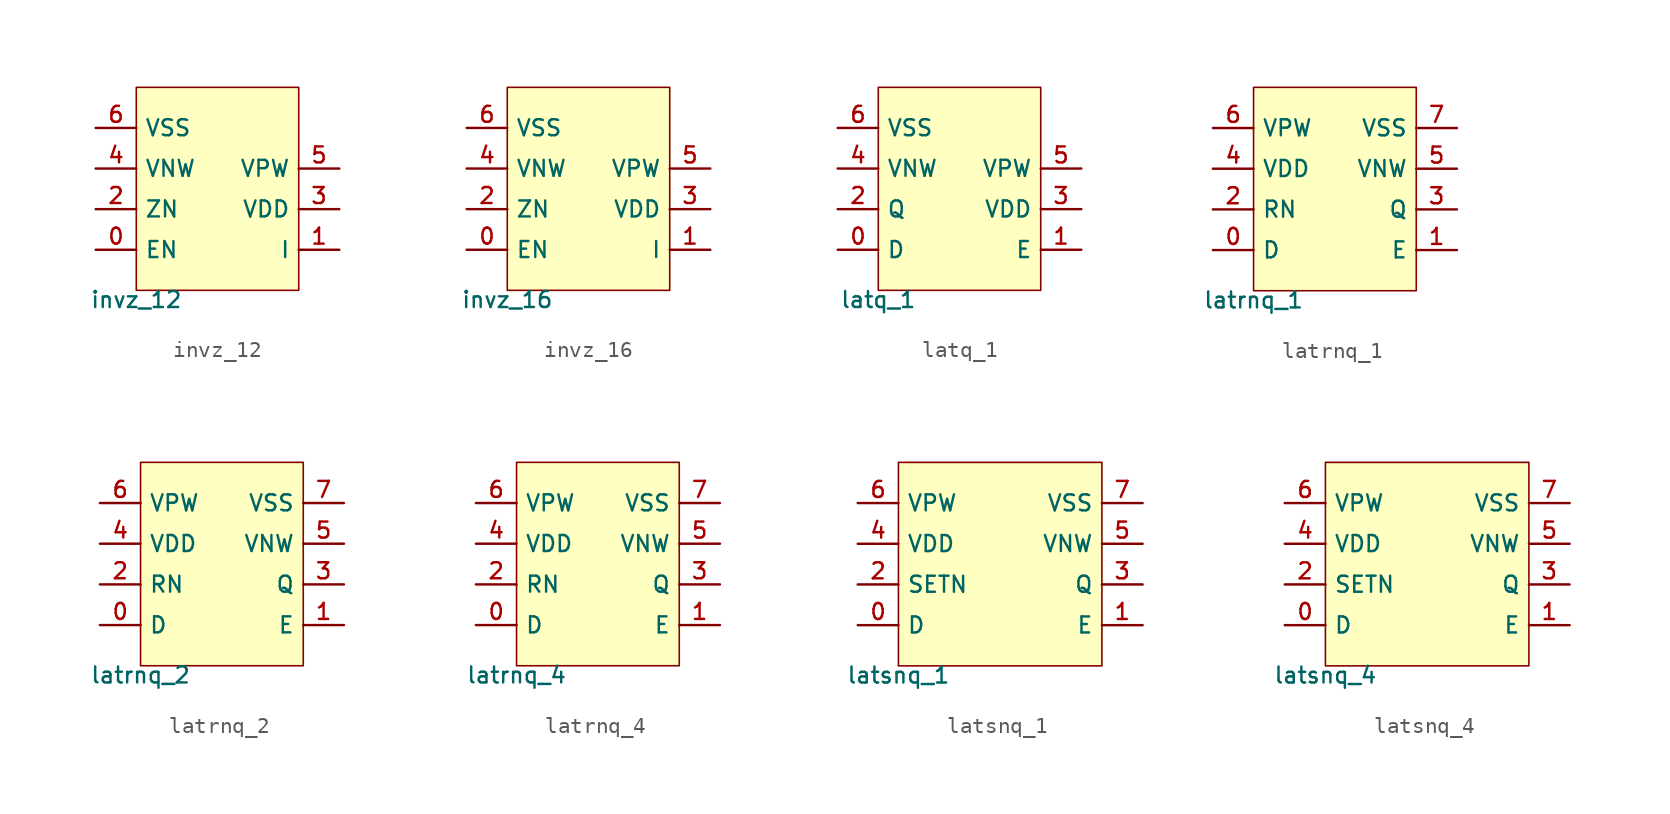
<source format=kicad_sym>
(kicad_symbol_lib
  (version 20211014)
  (generator pdk2kicad)
  (symbol "invz_12"
    (property "Reference" "X"
      (at 0 0 0)
      (effects (font (size 1 1)) hide))
    (property "Value" "invz_12"
      (at -5.08 -6.35 0)
      (effects (font (size 1 1)) (justify top)))
    (rectangle
      (start -5.08 -6.35)
      (end 5.08 6.35)
      (stroke (width 0.1) (type solid) (color 0 0 0 0))
      (fill (type background)))
    (pin bidirectional line
      (at -7.62 -3.81 0)
      (length 2.54)
      (name "EN" (effects (font (size 1 1)) hide))
      (number "0" (effects (font (size 1 1)) hide)))
    (pin bidirectional line
      (at 7.62 -3.81 180)
      (length 2.54)
      (name "I" (effects (font (size 1 1)) hide))
      (number "1" (effects (font (size 1 1)) hide)))
    (pin bidirectional line
      (at -7.62 -1.27 0)
      (length 2.54)
      (name "ZN" (effects (font (size 1 1)) hide))
      (number "2" (effects (font (size 1 1)) hide)))
    (pin bidirectional line
      (at 7.62 -1.27 180)
      (length 2.54)
      (name "VDD" (effects (font (size 1 1)) hide))
      (number "3" (effects (font (size 1 1)) hide)))
    (pin bidirectional line
      (at -7.62 1.27 0)
      (length 2.54)
      (name "VNW" (effects (font (size 1 1)) hide))
      (number "4" (effects (font (size 1 1)) hide)))
    (pin bidirectional line
      (at 7.62 1.27 180)
      (length 2.54)
      (name "VPW" (effects (font (size 1 1)) hide))
      (number "5" (effects (font (size 1 1)) hide)))
    (pin bidirectional line
      (at -7.62 3.81 0)
      (length 2.54)
      (name "VSS" (effects (font (size 1 1)) hide))
      (number "6" (effects (font (size 1 1)) hide))))
  (symbol "invz_16"
    (property "Reference" "X"
      (at 0 0 0)
      (effects (font (size 1 1)) hide))
    (property "Value" "invz_16"
      (at -5.08 -6.35 0)
      (effects (font (size 1 1)) (justify top)))
    (rectangle
      (start -5.08 -6.35)
      (end 5.08 6.35)
      (stroke (width 0.1) (type solid) (color 0 0 0 0))
      (fill (type background)))
    (pin bidirectional line
      (at -7.62 -3.81 0)
      (length 2.54)
      (name "EN" (effects (font (size 1 1)) hide))
      (number "0" (effects (font (size 1 1)) hide)))
    (pin bidirectional line
      (at 7.62 -3.81 180)
      (length 2.54)
      (name "I" (effects (font (size 1 1)) hide))
      (number "1" (effects (font (size 1 1)) hide)))
    (pin bidirectional line
      (at -7.62 -1.27 0)
      (length 2.54)
      (name "ZN" (effects (font (size 1 1)) hide))
      (number "2" (effects (font (size 1 1)) hide)))
    (pin bidirectional line
      (at 7.62 -1.27 180)
      (length 2.54)
      (name "VDD" (effects (font (size 1 1)) hide))
      (number "3" (effects (font (size 1 1)) hide)))
    (pin bidirectional line
      (at -7.62 1.27 0)
      (length 2.54)
      (name "VNW" (effects (font (size 1 1)) hide))
      (number "4" (effects (font (size 1 1)) hide)))
    (pin bidirectional line
      (at 7.62 1.27 180)
      (length 2.54)
      (name "VPW" (effects (font (size 1 1)) hide))
      (number "5" (effects (font (size 1 1)) hide)))
    (pin bidirectional line
      (at -7.62 3.81 0)
      (length 2.54)
      (name "VSS" (effects (font (size 1 1)) hide))
      (number "6" (effects (font (size 1 1)) hide))))
  (symbol "latq_1"
    (property "Reference" "X"
      (at 0 0 0)
      (effects (font (size 1 1)) hide))
    (property "Value" "latq_1"
      (at -5.08 -6.35 0)
      (effects (font (size 1 1)) (justify top)))
    (rectangle
      (start -5.08 -6.35)
      (end 5.08 6.35)
      (stroke (width 0.1) (type solid) (color 0 0 0 0))
      (fill (type background)))
    (pin bidirectional line
      (at -7.62 -3.81 0)
      (length 2.54)
      (name "D" (effects (font (size 1 1)) hide))
      (number "0" (effects (font (size 1 1)) hide)))
    (pin bidirectional line
      (at 7.62 -3.81 180)
      (length 2.54)
      (name "E" (effects (font (size 1 1)) hide))
      (number "1" (effects (font (size 1 1)) hide)))
    (pin bidirectional line
      (at -7.62 -1.27 0)
      (length 2.54)
      (name "Q" (effects (font (size 1 1)) hide))
      (number "2" (effects (font (size 1 1)) hide)))
    (pin bidirectional line
      (at 7.62 -1.27 180)
      (length 2.54)
      (name "VDD" (effects (font (size 1 1)) hide))
      (number "3" (effects (font (size 1 1)) hide)))
    (pin bidirectional line
      (at -7.62 1.27 0)
      (length 2.54)
      (name "VNW" (effects (font (size 1 1)) hide))
      (number "4" (effects (font (size 1 1)) hide)))
    (pin bidirectional line
      (at 7.62 1.27 180)
      (length 2.54)
      (name "VPW" (effects (font (size 1 1)) hide))
      (number "5" (effects (font (size 1 1)) hide)))
    (pin bidirectional line
      (at -7.62 3.81 0)
      (length 2.54)
      (name "VSS" (effects (font (size 1 1)) hide))
      (number "6" (effects (font (size 1 1)) hide))))
  (symbol "latrnq_1"
    (property "Reference" "X"
      (at 0 0 0)
      (effects (font (size 1 1)) hide))
    (property "Value" "latrnq_1"
      (at -5.08 -6.35 0)
      (effects (font (size 1 1)) (justify top)))
    (rectangle
      (start -5.08 -6.35)
      (end 5.08 6.35)
      (stroke (width 0.1) (type solid) (color 0 0 0 0))
      (fill (type background)))
    (pin bidirectional line
      (at -7.62 -3.81 0)
      (length 2.54)
      (name "D" (effects (font (size 1 1)) hide))
      (number "0" (effects (font (size 1 1)) hide)))
    (pin bidirectional line
      (at 7.62 -3.81 180)
      (length 2.54)
      (name "E" (effects (font (size 1 1)) hide))
      (number "1" (effects (font (size 1 1)) hide)))
    (pin bidirectional line
      (at -7.62 -1.27 0)
      (length 2.54)
      (name "RN" (effects (font (size 1 1)) hide))
      (number "2" (effects (font (size 1 1)) hide)))
    (pin bidirectional line
      (at 7.62 -1.27 180)
      (length 2.54)
      (name "Q" (effects (font (size 1 1)) hide))
      (number "3" (effects (font (size 1 1)) hide)))
    (pin bidirectional line
      (at -7.62 1.27 0)
      (length 2.54)
      (name "VDD" (effects (font (size 1 1)) hide))
      (number "4" (effects (font (size 1 1)) hide)))
    (pin bidirectional line
      (at 7.62 1.27 180)
      (length 2.54)
      (name "VNW" (effects (font (size 1 1)) hide))
      (number "5" (effects (font (size 1 1)) hide)))
    (pin bidirectional line
      (at -7.62 3.81 0)
      (length 2.54)
      (name "VPW" (effects (font (size 1 1)) hide))
      (number "6" (effects (font (size 1 1)) hide)))
    (pin bidirectional line
      (at 7.62 3.81 180)
      (length 2.54)
      (name "VSS" (effects (font (size 1 1)) hide))
      (number "7" (effects (font (size 1 1)) hide))))
  (symbol "latrnq_2"
    (property "Reference" "X"
      (at 0 0 0)
      (effects (font (size 1 1)) hide))
    (property "Value" "latrnq_2"
      (at -5.08 -6.35 0)
      (effects (font (size 1 1)) (justify top)))
    (rectangle
      (start -5.08 -6.35)
      (end 5.08 6.35)
      (stroke (width 0.1) (type solid) (color 0 0 0 0))
      (fill (type background)))
    (pin bidirectional line
      (at -7.62 -3.81 0)
      (length 2.54)
      (name "D" (effects (font (size 1 1)) hide))
      (number "0" (effects (font (size 1 1)) hide)))
    (pin bidirectional line
      (at 7.62 -3.81 180)
      (length 2.54)
      (name "E" (effects (font (size 1 1)) hide))
      (number "1" (effects (font (size 1 1)) hide)))
    (pin bidirectional line
      (at -7.62 -1.27 0)
      (length 2.54)
      (name "RN" (effects (font (size 1 1)) hide))
      (number "2" (effects (font (size 1 1)) hide)))
    (pin bidirectional line
      (at 7.62 -1.27 180)
      (length 2.54)
      (name "Q" (effects (font (size 1 1)) hide))
      (number "3" (effects (font (size 1 1)) hide)))
    (pin bidirectional line
      (at -7.62 1.27 0)
      (length 2.54)
      (name "VDD" (effects (font (size 1 1)) hide))
      (number "4" (effects (font (size 1 1)) hide)))
    (pin bidirectional line
      (at 7.62 1.27 180)
      (length 2.54)
      (name "VNW" (effects (font (size 1 1)) hide))
      (number "5" (effects (font (size 1 1)) hide)))
    (pin bidirectional line
      (at -7.62 3.81 0)
      (length 2.54)
      (name "VPW" (effects (font (size 1 1)) hide))
      (number "6" (effects (font (size 1 1)) hide)))
    (pin bidirectional line
      (at 7.62 3.81 180)
      (length 2.54)
      (name "VSS" (effects (font (size 1 1)) hide))
      (number "7" (effects (font (size 1 1)) hide))))
  (symbol "latrnq_4"
    (property "Reference" "X"
      (at 0 0 0)
      (effects (font (size 1 1)) hide))
    (property "Value" "latrnq_4"
      (at -5.08 -6.35 0)
      (effects (font (size 1 1)) (justify top)))
    (rectangle
      (start -5.08 -6.35)
      (end 5.08 6.35)
      (stroke (width 0.1) (type solid) (color 0 0 0 0))
      (fill (type background)))
    (pin bidirectional line
      (at -7.62 -3.81 0)
      (length 2.54)
      (name "D" (effects (font (size 1 1)) hide))
      (number "0" (effects (font (size 1 1)) hide)))
    (pin bidirectional line
      (at 7.62 -3.81 180)
      (length 2.54)
      (name "E" (effects (font (size 1 1)) hide))
      (number "1" (effects (font (size 1 1)) hide)))
    (pin bidirectional line
      (at -7.62 -1.27 0)
      (length 2.54)
      (name "RN" (effects (font (size 1 1)) hide))
      (number "2" (effects (font (size 1 1)) hide)))
    (pin bidirectional line
      (at 7.62 -1.27 180)
      (length 2.54)
      (name "Q" (effects (font (size 1 1)) hide))
      (number "3" (effects (font (size 1 1)) hide)))
    (pin bidirectional line
      (at -7.62 1.27 0)
      (length 2.54)
      (name "VDD" (effects (font (size 1 1)) hide))
      (number "4" (effects (font (size 1 1)) hide)))
    (pin bidirectional line
      (at 7.62 1.27 180)
      (length 2.54)
      (name "VNW" (effects (font (size 1 1)) hide))
      (number "5" (effects (font (size 1 1)) hide)))
    (pin bidirectional line
      (at -7.62 3.81 0)
      (length 2.54)
      (name "VPW" (effects (font (size 1 1)) hide))
      (number "6" (effects (font (size 1 1)) hide)))
    (pin bidirectional line
      (at 7.62 3.81 180)
      (length 2.54)
      (name "VSS" (effects (font (size 1 1)) hide))
      (number "7" (effects (font (size 1 1)) hide))))
  (symbol "latsnq_1"
    (property "Reference" "X"
      (at 0 0 0)
      (effects (font (size 1 1)) hide))
    (property "Value" "latsnq_1"
      (at -6.35 -6.35 0)
      (effects (font (size 1 1)) (justify top)))
    (rectangle
      (start -6.35 -6.35)
      (end 6.35 6.35)
      (stroke (width 0.1) (type solid) (color 0 0 0 0))
      (fill (type background)))
    (pin bidirectional line
      (at -8.89 -3.81 0)
      (length 2.54)
      (name "D" (effects (font (size 1 1)) hide))
      (number "0" (effects (font (size 1 1)) hide)))
    (pin bidirectional line
      (at 8.89 -3.81 180)
      (length 2.54)
      (name "E" (effects (font (size 1 1)) hide))
      (number "1" (effects (font (size 1 1)) hide)))
    (pin bidirectional line
      (at -8.89 -1.27 0)
      (length 2.54)
      (name "SETN" (effects (font (size 1 1)) hide))
      (number "2" (effects (font (size 1 1)) hide)))
    (pin bidirectional line
      (at 8.89 -1.27 180)
      (length 2.54)
      (name "Q" (effects (font (size 1 1)) hide))
      (number "3" (effects (font (size 1 1)) hide)))
    (pin bidirectional line
      (at -8.89 1.27 0)
      (length 2.54)
      (name "VDD" (effects (font (size 1 1)) hide))
      (number "4" (effects (font (size 1 1)) hide)))
    (pin bidirectional line
      (at 8.89 1.27 180)
      (length 2.54)
      (name "VNW" (effects (font (size 1 1)) hide))
      (number "5" (effects (font (size 1 1)) hide)))
    (pin bidirectional line
      (at -8.89 3.81 0)
      (length 2.54)
      (name "VPW" (effects (font (size 1 1)) hide))
      (number "6" (effects (font (size 1 1)) hide)))
    (pin bidirectional line
      (at 8.89 3.81 180)
      (length 2.54)
      (name "VSS" (effects (font (size 1 1)) hide))
      (number "7" (effects (font (size 1 1)) hide))))
  (symbol "latsnq_4"
    (property "Reference" "X"
      (at 0 0 0)
      (effects (font (size 1 1)) hide))
    (property "Value" "latsnq_4"
      (at -6.35 -6.35 0)
      (effects (font (size 1 1)) (justify top)))
    (rectangle
      (start -6.35 -6.35)
      (end 6.35 6.35)
      (stroke (width 0.1) (type solid) (color 0 0 0 0))
      (fill (type background)))
    (pin bidirectional line
      (at -8.89 -3.81 0)
      (length 2.54)
      (name "D" (effects (font (size 1 1)) hide))
      (number "0" (effects (font (size 1 1)) hide)))
    (pin bidirectional line
      (at 8.89 -3.81 180)
      (length 2.54)
      (name "E" (effects (font (size 1 1)) hide))
      (number "1" (effects (font (size 1 1)) hide)))
    (pin bidirectional line
      (at -8.89 -1.27 0)
      (length 2.54)
      (name "SETN" (effects (font (size 1 1)) hide))
      (number "2" (effects (font (size 1 1)) hide)))
    (pin bidirectional line
      (at 8.89 -1.27 180)
      (length 2.54)
      (name "Q" (effects (font (size 1 1)) hide))
      (number "3" (effects (font (size 1 1)) hide)))
    (pin bidirectional line
      (at -8.89 1.27 0)
      (length 2.54)
      (name "VDD" (effects (font (size 1 1)) hide))
      (number "4" (effects (font (size 1 1)) hide)))
    (pin bidirectional line
      (at 8.89 1.27 180)
      (length 2.54)
      (name "VNW" (effects (font (size 1 1)) hide))
      (number "5" (effects (font (size 1 1)) hide)))
    (pin bidirectional line
      (at -8.89 3.81 0)
      (length 2.54)
      (name "VPW" (effects (font (size 1 1)) hide))
      (number "6" (effects (font (size 1 1)) hide)))
    (pin bidirectional line
      (at 8.89 3.81 180)
      (length 2.54)
      (name "VSS" (effects (font (size 1 1)) hide))
      (number "7" (effects (font (size 1 1)) hide)))))
</source>
